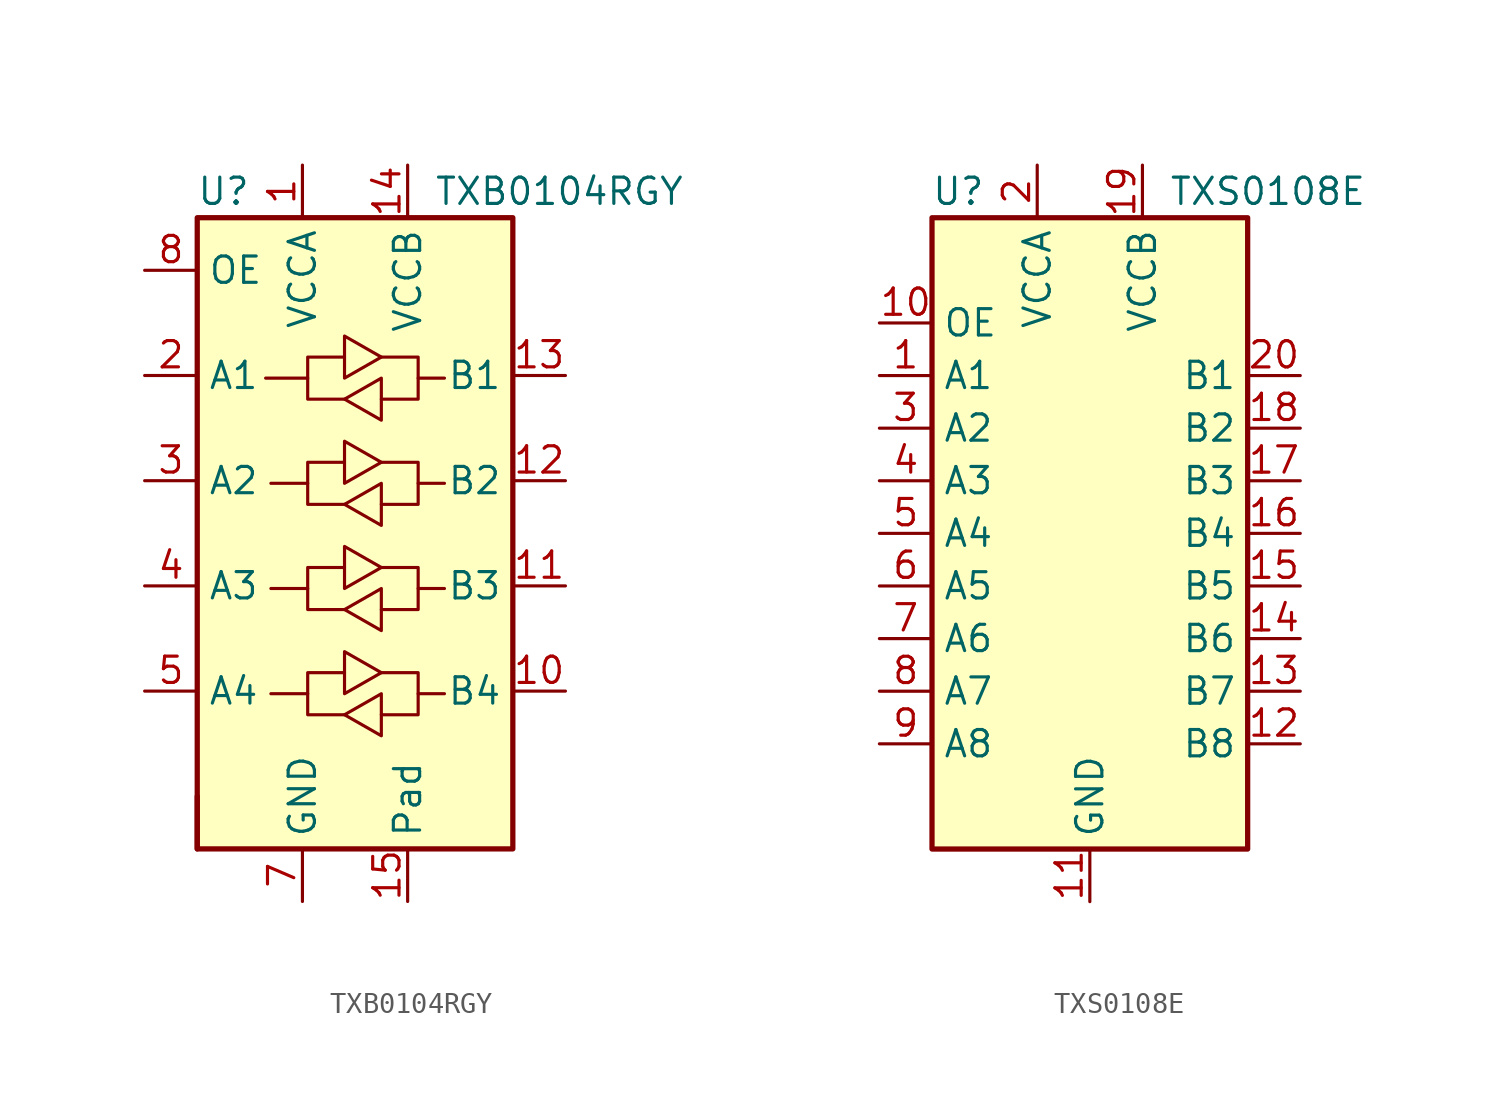
<source format=kicad_sym>
(kicad_symbol_lib
  (version 20220914)
  (generator kicad_symbol_editor)
  (symbol "TXB0104RGY"
    (property "Reference" "U"
      (at -6.35 16.51 0)
      (effects (font (size 1.27 1.27))))
    (property "Value" "TXB0104RGY"
      (at 3.81 16.51 0)
      (effects (font (size 1.27 1.27)) (justify left)))
    (symbol "TXB0104RGY_0_1"
      (rectangle (start -7.62 -15.24) (end -7.62 -12.7) (stroke (width 0.254) (type default)) (fill (type none)))
      (rectangle (start -7.62 15.24) (end 7.62 -15.24) (stroke (width 0.254) (type default)) (fill (type background)))
      (polyline (pts (xy -2.286 -7.747) (xy -2.286 -6.731) (xy -0.508 -6.731)) (stroke (width 0) (type default)) (fill (type none)))
      (polyline (pts (xy -2.286 -2.667) (xy -2.286 -1.651) (xy -0.508 -1.651)) (stroke (width 0) (type default)) (fill (type none)))
      (polyline (pts (xy -2.286 2.413) (xy -2.286 3.429) (xy -0.508 3.429)) (stroke (width 0) (type default)) (fill (type none)))
      (polyline (pts (xy -2.286 7.493) (xy -2.286 8.509) (xy -0.508 8.509)) (stroke (width 0) (type default)) (fill (type none)))
      (polyline (pts (xy 3.048 -7.747) (xy 3.048 -8.763) (xy 1.27 -8.763)) (stroke (width 0) (type default)) (fill (type none)))
      (polyline (pts (xy 3.048 -2.667) (xy 3.048 -3.683) (xy 1.27 -3.683)) (stroke (width 0) (type default)) (fill (type none)))
      (polyline (pts (xy 3.048 2.413) (xy 3.048 1.397) (xy 1.27 1.397)) (stroke (width 0) (type default)) (fill (type none)))
      (polyline (pts (xy 3.048 7.493) (xy 3.048 6.477) (xy 1.27 6.477)) (stroke (width 0) (type default)) (fill (type none)))
      (polyline (pts (xy -0.508 -8.763) (xy -2.286 -8.763) (xy -2.286 -7.747) (xy -4.064 -7.747)) (stroke (width 0) (type default)) (fill (type none)))
      (polyline (pts (xy -0.508 -8.763) (xy 1.27 -7.747) (xy 1.27 -9.779) (xy -0.508 -8.763)) (stroke (width 0) (type default)) (fill (type none)))
      (polyline (pts (xy -0.508 -3.683) (xy -2.286 -3.683) (xy -2.286 -2.667) (xy -4.064 -2.667)) (stroke (width 0) (type default)) (fill (type none)))
      (polyline (pts (xy -0.508 -3.683) (xy 1.27 -2.667) (xy 1.27 -4.699) (xy -0.508 -3.683)) (stroke (width 0) (type default)) (fill (type none)))
      (polyline (pts (xy -0.508 1.397) (xy -2.286 1.397) (xy -2.286 2.413) (xy -4.064 2.413)) (stroke (width 0) (type default)) (fill (type none)))
      (polyline (pts (xy -0.508 1.397) (xy 1.27 2.413) (xy 1.27 0.381) (xy -0.508 1.397)) (stroke (width 0) (type default)) (fill (type none)))
      (polyline (pts (xy -0.508 6.477) (xy -2.286 6.477) (xy -2.286 7.493) (xy -4.318 7.493)) (stroke (width 0) (type default)) (fill (type none)))
      (polyline (pts (xy -0.508 6.477) (xy 1.27 7.493) (xy 1.27 5.461) (xy -0.508 6.477)) (stroke (width 0) (type default)) (fill (type none)))
      (polyline (pts (xy 1.27 -6.731) (xy -0.508 -7.747) (xy -0.508 -5.715) (xy 1.27 -6.731)) (stroke (width 0) (type default)) (fill (type none)))
      (polyline (pts (xy 1.27 -6.731) (xy 3.048 -6.731) (xy 3.048 -7.747) (xy 4.318 -7.747)) (stroke (width 0) (type default)) (fill (type none)))
      (polyline (pts (xy 1.27 -1.651) (xy -0.508 -2.667) (xy -0.508 -0.635) (xy 1.27 -1.651)) (stroke (width 0) (type default)) (fill (type none)))
      (polyline (pts (xy 1.27 -1.651) (xy 3.048 -1.651) (xy 3.048 -2.667) (xy 4.318 -2.667)) (stroke (width 0) (type default)) (fill (type none)))
      (polyline (pts (xy 1.27 3.429) (xy -0.508 2.413) (xy -0.508 4.445) (xy 1.27 3.429)) (stroke (width 0) (type default)) (fill (type none)))
      (polyline (pts (xy 1.27 3.429) (xy 3.048 3.429) (xy 3.048 2.413) (xy 4.318 2.413)) (stroke (width 0) (type default)) (fill (type none)))
      (polyline (pts (xy 1.27 8.509) (xy -0.508 7.493) (xy -0.508 9.525) (xy 1.27 8.509)) (stroke (width 0) (type default)) (fill (type none)))
      (polyline (pts (xy 1.27 8.509) (xy 3.048 8.509) (xy 3.048 7.493) (xy 4.318 7.493)) (stroke (width 0) (type default)) (fill (type none))))
    (symbol "TXB0104RGY_1_1"
      (pin power_in line (at -2.54 17.78 270) (length 2.54) (name "VCCA" (effects (font (size 1.27 1.27)))) (number "1" (effects (font (size 1.27 1.27)))))
      (pin bidirectional line (at 10.16 -7.62 180) (length 2.54) (name "B4" (effects (font (size 1.27 1.27)))) (number "10" (effects (font (size 1.27 1.27)))))
      (pin bidirectional line (at 10.16 -2.54 180) (length 2.54) (name "B3" (effects (font (size 1.27 1.27)))) (number "11" (effects (font (size 1.27 1.27)))))
      (pin bidirectional line (at 10.16 2.54 180) (length 2.54) (name "B2" (effects (font (size 1.27 1.27)))) (number "12" (effects (font (size 1.27 1.27)))))
      (pin bidirectional line (at 10.16 7.62 180) (length 2.54) (name "B1" (effects (font (size 1.27 1.27)))) (number "13" (effects (font (size 1.27 1.27)))))
      (pin power_in line (at 2.54 17.78 270) (length 2.54) (name "VCCB" (effects (font (size 1.27 1.27)))) (number "14" (effects (font (size 1.27 1.27)))))
      (pin input line (at 2.54 -17.78 90) (length 2.54) (name "Pad" (effects (font (size 1.27 1.27)))) (number "15" (effects (font (size 1.27 1.27)))))
      (pin bidirectional line (at -10.16 7.62 0) (length 2.54) (name "A1" (effects (font (size 1.27 1.27)))) (number "2" (effects (font (size 1.27 1.27)))))
      (pin bidirectional line (at -10.16 2.54 0) (length 2.54) (name "A2" (effects (font (size 1.27 1.27)))) (number "3" (effects (font (size 1.27 1.27)))))
      (pin bidirectional line (at -10.16 -2.54 0) (length 2.54) (name "A3" (effects (font (size 1.27 1.27)))) (number "4" (effects (font (size 1.27 1.27)))))
      (pin bidirectional line (at -10.16 -7.62 0) (length 2.54) (name "A4" (effects (font (size 1.27 1.27)))) (number "5" (effects (font (size 1.27 1.27)))))
      (pin no_connect line (at -10.16 -12.7 0) (length 2.54) hide (name "NC" (effects (font (size 1.27 1.27)))) (number "6" (effects (font (size 1.27 1.27)))))
      (pin power_in line (at -2.54 -17.78 90) (length 2.54) (name "GND" (effects (font (size 1.27 1.27)))) (number "7" (effects (font (size 1.27 1.27)))))
      (pin input line (at -10.16 12.7 0) (length 2.54) (name "OE" (effects (font (size 1.27 1.27)))) (number "8" (effects (font (size 1.27 1.27)))))
      (pin no_connect line (at 10.16 -12.7 180) (length 2.54) hide (name "NC" (effects (font (size 1.27 1.27)))) (number "9" (effects (font (size 1.27 1.27)))))))
  (symbol "TXS0108E"
    (property "Reference" "U"
      (at -6.35 16.51 0)
      (effects (font (size 1.27 1.27))))
    (property "Value" "TXS0108E"
      (at 3.81 16.51 0)
      (effects (font (size 1.27 1.27)) (justify left)))
    (symbol "TXS0108E_0_1"
      (rectangle (start -7.62 15.24) (end 7.62 -15.24) (stroke (width 0.254) (type default)) (fill (type background))))
    (symbol "TXS0108E_1_1"
      (pin bidirectional line (at -10.16 7.62 0) (length 2.54) (name "A1" (effects (font (size 1.27 1.27)))) (number "1" (effects (font (size 1.27 1.27)))))
      (pin input line (at -10.16 10.16 0) (length 2.54) (name "OE" (effects (font (size 1.27 1.27)))) (number "10" (effects (font (size 1.27 1.27)))))
      (pin power_in line (at 0 -17.78 90) (length 2.54) (name "GND" (effects (font (size 1.27 1.27)))) (number "11" (effects (font (size 1.27 1.27)))))
      (pin bidirectional line (at 10.16 -10.16 180) (length 2.54) (name "B8" (effects (font (size 1.27 1.27)))) (number "12" (effects (font (size 1.27 1.27)))))
      (pin bidirectional line (at 10.16 -7.62 180) (length 2.54) (name "B7" (effects (font (size 1.27 1.27)))) (number "13" (effects (font (size 1.27 1.27)))))
      (pin bidirectional line (at 10.16 -5.08 180) (length 2.54) (name "B6" (effects (font (size 1.27 1.27)))) (number "14" (effects (font (size 1.27 1.27)))))
      (pin bidirectional line (at 10.16 -2.54 180) (length 2.54) (name "B5" (effects (font (size 1.27 1.27)))) (number "15" (effects (font (size 1.27 1.27)))))
      (pin bidirectional line (at 10.16 0 180) (length 2.54) (name "B4" (effects (font (size 1.27 1.27)))) (number "16" (effects (font (size 1.27 1.27)))))
      (pin bidirectional line (at 10.16 2.54 180) (length 2.54) (name "B3" (effects (font (size 1.27 1.27)))) (number "17" (effects (font (size 1.27 1.27)))))
      (pin bidirectional line (at 10.16 5.08 180) (length 2.54) (name "B2" (effects (font (size 1.27 1.27)))) (number "18" (effects (font (size 1.27 1.27)))))
      (pin power_in line (at 2.54 17.78 270) (length 2.54) (name "VCCB" (effects (font (size 1.27 1.27)))) (number "19" (effects (font (size 1.27 1.27)))))
      (pin power_in line (at -2.54 17.78 270) (length 2.54) (name "VCCA" (effects (font (size 1.27 1.27)))) (number "2" (effects (font (size 1.27 1.27)))))
      (pin bidirectional line (at 10.16 7.62 180) (length 2.54) (name "B1" (effects (font (size 1.27 1.27)))) (number "20" (effects (font (size 1.27 1.27)))))
      (pin bidirectional line (at -10.16 5.08 0) (length 2.54) (name "A2" (effects (font (size 1.27 1.27)))) (number "3" (effects (font (size 1.27 1.27)))))
      (pin bidirectional line (at -10.16 2.54 0) (length 2.54) (name "A3" (effects (font (size 1.27 1.27)))) (number "4" (effects (font (size 1.27 1.27)))))
      (pin bidirectional line (at -10.16 0 0) (length 2.54) (name "A4" (effects (font (size 1.27 1.27)))) (number "5" (effects (font (size 1.27 1.27)))))
      (pin bidirectional line (at -10.16 -2.54 0) (length 2.54) (name "A5" (effects (font (size 1.27 1.27)))) (number "6" (effects (font (size 1.27 1.27)))))
      (pin bidirectional line (at -10.16 -5.08 0) (length 2.54) (name "A6" (effects (font (size 1.27 1.27)))) (number "7" (effects (font (size 1.27 1.27)))))
      (pin bidirectional line (at -10.16 -7.62 0) (length 2.54) (name "A7" (effects (font (size 1.27 1.27)))) (number "8" (effects (font (size 1.27 1.27)))))
      (pin bidirectional line (at -10.16 -10.16 0) (length 2.54) (name "A8" (effects (font (size 1.27 1.27)))) (number "9" (effects (font (size 1.27 1.27))))))))
</source>
